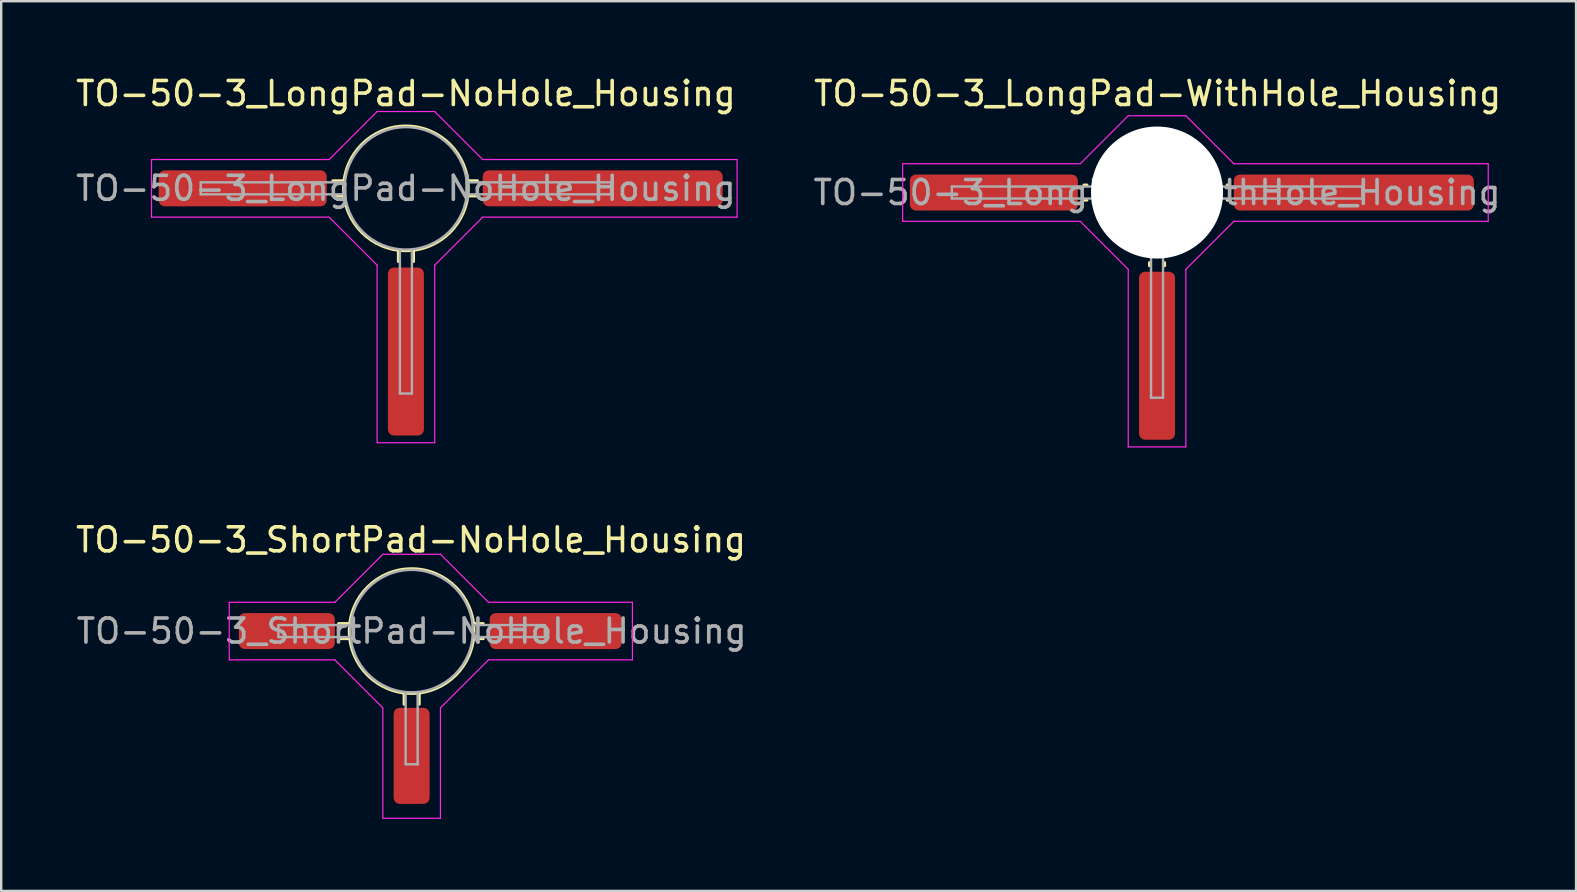
<source format=kicad_pcb>
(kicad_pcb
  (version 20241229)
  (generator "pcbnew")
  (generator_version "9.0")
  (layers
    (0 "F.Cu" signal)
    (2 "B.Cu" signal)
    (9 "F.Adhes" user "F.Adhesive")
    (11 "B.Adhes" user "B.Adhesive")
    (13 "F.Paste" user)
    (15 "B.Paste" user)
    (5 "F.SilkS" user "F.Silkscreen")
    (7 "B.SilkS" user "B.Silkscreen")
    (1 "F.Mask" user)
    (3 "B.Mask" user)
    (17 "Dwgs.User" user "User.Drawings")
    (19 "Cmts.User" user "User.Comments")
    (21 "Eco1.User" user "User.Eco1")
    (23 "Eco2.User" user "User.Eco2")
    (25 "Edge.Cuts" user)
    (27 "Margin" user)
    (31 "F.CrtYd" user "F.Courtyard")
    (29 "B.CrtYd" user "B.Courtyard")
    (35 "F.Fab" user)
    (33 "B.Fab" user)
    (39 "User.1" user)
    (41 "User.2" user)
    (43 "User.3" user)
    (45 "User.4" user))
  (footprint "TO-50-3_ShortPad-NoHole_Housing"
    (layer "F.Cu")
    (at 14.502 25.846)
    (property "Reference" "TO-50-3_ShortPad-NoHole_Housing" (at -0.425 -6.4 0) (layer "F.SilkS") (effects (font (size 1 1) (thickness 0.15))))
    (attr smd)
    (fp_line (start -3.002 -2.917) (end -3.446 -2.917) (stroke (width 0.12) (type solid)) (layer "F.SilkS"))
    (fp_line (start -3.002 -2.283) (end -3.446 -2.283) (stroke (width 0.12) (type solid)) (layer "F.SilkS"))
    (fp_line (start -0.716 0.004) (end -0.716 0.448) (stroke (width 0.12) (type solid)) (layer "F.SilkS"))
    (fp_line (start -0.081 0.004) (end -0.081 0.448) (stroke (width 0.12) (type solid)) (layer "F.SilkS"))
    (fp_line (start 2.204 -2.917) (end 2.584 -2.917) (stroke (width 0.12) (type solid)) (layer "F.SilkS"))
    (fp_line (start 2.204 -2.283) (end 2.584 -2.283) (stroke (width 0.12) (type solid)) (layer "F.SilkS"))
    (fp_circle (center -0.4 -2.6) (end -0.4 -5.2) (stroke (width 0.12) (type solid)) (fill no) (layer "F.SilkS"))
    (fp_line (start -8 -1.4) (end -8 -3.8) (stroke (width 0.05) (type solid)) (layer "F.CrtYd"))
    (fp_line (start -8 -1.4) (end -3.6 -1.4) (stroke (width 0.05) (type solid)) (layer "F.CrtYd"))
    (fp_line (start -3.6 -3.8) (end -8 -3.8) (stroke (width 0.05) (type solid)) (layer "F.CrtYd"))
    (fp_line (start -3.6 -3.8) (end -1.6 -5.8) (stroke (width 0.05) (type solid)) (layer "F.CrtYd"))
    (fp_line (start -1.6 -5.8) (end 0.8 -5.8) (stroke (width 0.05) (type solid)) (layer "F.CrtYd"))
    (fp_line (start -1.6 0.6) (end -3.6 -1.4) (stroke (width 0.05) (type solid)) (layer "F.CrtYd"))
    (fp_line (start -1.6 5.2) (end -1.6 0.6) (stroke (width 0.05) (type solid)) (layer "F.CrtYd"))
    (fp_line (start 0.8 -5.8) (end 2.8 -3.8) (stroke (width 0.05) (type solid)) (layer "F.CrtYd"))
    (fp_line (start 0.8 0.6) (end 0.8 5.2) (stroke (width 0.05) (type solid)) (layer "F.CrtYd"))
    (fp_line (start 0.8 5.2) (end -1.6 5.2) (stroke (width 0.05) (type solid)) (layer "F.CrtYd"))
    (fp_line (start 2.8 -3.8) (end 8.8 -3.8) (stroke (width 0.05) (type solid)) (layer "F.CrtYd"))
    (fp_line (start 2.8 -1.4) (end 0.8 0.6) (stroke (width 0.05) (type solid)) (layer "F.CrtYd"))
    (fp_line (start 8.8 -3.8) (end 8.8 -1.4) (stroke (width 0.05) (type solid)) (layer "F.CrtYd"))
    (fp_line (start 8.8 -1.4) (end 2.8 -1.4) (stroke (width 0.05) (type solid)) (layer "F.CrtYd"))
    (fp_line (start -5.95 -2.85) (end -5.95 -2.35) (stroke (width 0.1) (type solid)) (layer "F.Fab"))
    (fp_line (start -5.95 -2.35) (end -2.95 -2.35) (stroke (width 0.1) (type solid)) (layer "F.Fab"))
    (fp_line (start -2.95 -2.85) (end -5.95 -2.85) (stroke (width 0.1) (type solid)) (layer "F.Fab"))
    (fp_line (start -0.65 -0.05) (end -0.65 2.95) (stroke (width 0.1) (type solid)) (layer "F.Fab"))
    (fp_line (start -0.65 2.95) (end -0.15 2.95) (stroke (width 0.1) (type solid)) (layer "F.Fab"))
    (fp_line (start -0.15 2.95) (end -0.15 -0.05) (stroke (width 0.1) (type solid)) (layer "F.Fab"))
    (fp_line (start 2.15 -2.35) (end 5.15 -2.35) (stroke (width 0.1) (type solid)) (layer "F.Fab"))
    (fp_line (start 5.15 -2.85) (end 2.15 -2.85) (stroke (width 0.1) (type solid)) (layer "F.Fab"))
    (fp_line (start 5.15 -2.35) (end 5.15 -2.85) (stroke (width 0.1) (type solid)) (layer "F.Fab"))
    (fp_circle (center -0.4 -2.6) (end -0.35 -5.15) (stroke (width 0.1) (type solid)) (fill no) (layer "F.Fab"))
    (fp_text user "${REFERENCE}" (at -0.4 -2.6 0) (layer "F.Fab") (effects (font (size 1 1) (thickness 0.15))))
    (pad "1" smd roundrect (at -5.6 -2.6 270) (size 1.5 4) (layers "F.Cu" "F.Mask" "F.Paste") (roundrect_rratio 0.167))
    (pad "2" smd roundrect (at -0.4 2.6 270) (size 4 1.5) (layers "F.Cu" "F.Mask" "F.Paste") (roundrect_rratio 0.167))
    (pad "3" smd roundrect (at 5.6 -2.6 270) (size 1.5 5.5) (layers "F.Cu" "F.Mask" "F.Paste") (roundrect_rratio 0.167)))
  (footprint "TO-50-3_LongPad-WithHole_Housing"
    (layer "F.Cu")
    (at 45.861 8.373)
    (property "Reference" "TO-50-3_LongPad-WithHole_Housing" (at -0.675 -7.525 0) (layer "F.SilkS") (effects (font (size 1 1) (thickness 0.15))))
    (attr smd)
    (fp_line (start -3.621 -3.717) (end -3.747 -3.717) (stroke (width 0.12) (type solid)) (layer "F.SilkS"))
    (fp_line (start -3.621 -3.083) (end -3.747 -3.083) (stroke (width 0.12) (type solid)) (layer "F.SilkS"))
    (fp_line (start -1.018 -0.479) (end -1.016 -0.352) (stroke (width 0.12) (type solid)) (layer "F.SilkS"))
    (fp_line (start -0.383 -0.479) (end -0.381 -0.352) (stroke (width 0.12) (type solid)) (layer "F.SilkS"))
    (fp_line (start 2.221 -3.717) (end 2.284 -3.717) (stroke (width 0.12) (type solid)) (layer "F.SilkS"))
    (fp_line (start 2.221 -3.083) (end 2.284 -3.083) (stroke (width 0.12) (type solid)) (layer "F.SilkS"))
    (fp_line (start -11.3 -4.6) (end -3.9 -4.6) (stroke (width 0.05) (type solid)) (layer "F.CrtYd"))
    (fp_line (start -11.3 -2.2) (end -11.3 -4.6) (stroke (width 0.05) (type solid)) (layer "F.CrtYd"))
    (fp_line (start -3.9 -4.6) (end -1.9 -6.6) (stroke (width 0.05) (type solid)) (layer "F.CrtYd"))
    (fp_line (start -3.9 -2.2) (end -11.3 -2.2) (stroke (width 0.05) (type solid)) (layer "F.CrtYd"))
    (fp_line (start -1.9 -6.6) (end 0.5 -6.6) (stroke (width 0.05) (type solid)) (layer "F.CrtYd"))
    (fp_line (start -1.9 -0.2) (end -3.9 -2.2) (stroke (width 0.05) (type solid)) (layer "F.CrtYd"))
    (fp_line (start -1.9 7.2) (end -1.9 -0.2) (stroke (width 0.05) (type solid)) (layer "F.CrtYd"))
    (fp_line (start 0.5 -6.6) (end 2.5 -4.6) (stroke (width 0.05) (type solid)) (layer "F.CrtYd"))
    (fp_line (start 0.5 -0.2) (end 0.5 7.2) (stroke (width 0.05) (type solid)) (layer "F.CrtYd"))
    (fp_line (start 0.5 7.2) (end -1.9 7.2) (stroke (width 0.05) (type solid)) (layer "F.CrtYd"))
    (fp_line (start 2.5 -4.6) (end 13.1 -4.6) (stroke (width 0.05) (type solid)) (layer "F.CrtYd"))
    (fp_line (start 2.5 -2.2) (end 0.5 -0.2) (stroke (width 0.05) (type solid)) (layer "F.CrtYd"))
    (fp_line (start 13.1 -4.6) (end 13.1 -2.2) (stroke (width 0.05) (type solid)) (layer "F.CrtYd"))
    (fp_line (start 13.1 -2.2) (end 2.5 -2.2) (stroke (width 0.05) (type solid)) (layer "F.CrtYd"))
    (fp_line (start -9.25 -3.65) (end -9.25 -3.15) (stroke (width 0.1) (type solid)) (layer "F.Fab"))
    (fp_line (start -9.25 -3.15) (end -3.25 -3.15) (stroke (width 0.1) (type solid)) (layer "F.Fab"))
    (fp_line (start -3.25 -3.65) (end -9.25 -3.65) (stroke (width 0.1) (type solid)) (layer "F.Fab"))
    (fp_line (start -0.95 -0.85) (end -0.95 5.15) (stroke (width 0.1) (type solid)) (layer "F.Fab"))
    (fp_line (start -0.95 5.15) (end -0.45 5.15) (stroke (width 0.1) (type solid)) (layer "F.Fab"))
    (fp_line (start -0.45 5.15) (end -0.45 -0.85) (stroke (width 0.1) (type solid)) (layer "F.Fab"))
    (fp_line (start 1.85 -3.15) (end 7.85 -3.15) (stroke (width 0.1) (type solid)) (layer "F.Fab"))
    (fp_line (start 7.85 -3.65) (end 1.85 -3.65) (stroke (width 0.1) (type solid)) (layer "F.Fab"))
    (fp_line (start 7.85 -3.15) (end 7.85 -3.65) (stroke (width 0.1) (type solid)) (layer "F.Fab"))
    (fp_circle (center -0.7 -3.4) (end -0.65 -5.95) (stroke (width 0.1) (type solid)) (fill no) (layer "F.Fab"))
    (fp_text user "${REFERENCE}" (at -0.7 -3.4 0) (layer "F.Fab") (effects (font (size 1 1) (thickness 0.15))))
    (pad "" np_thru_hole circle (at -0.7 -3.4 270) (size 5.5 5.5) (drill 5.5) (layers "*.Cu" "*.Mask"))
    (pad "1" smd roundrect (at -7.5 -3.4 270) (size 1.5 7) (layers "F.Cu" "F.Mask" "F.Paste") (roundrect_rratio 0.167))
    (pad "2" smd roundrect (at -0.7 3.4 270) (size 7 1.5) (layers "F.Cu" "F.Mask" "F.Paste") (roundrect_rratio 0.167))
    (pad "3" smd roundrect (at 7.5 -3.4 270) (size 1.5 10) (layers "F.Cu" "F.Mask" "F.Paste") (roundrect_rratio 0.167)))
  (footprint "TO-50-3_LongPad-NoHole_Housing"
    (layer "F.Cu")
    (at 14.563 8.198)
    (property "Reference" "TO-50-3_LongPad-NoHole_Housing" (at -0.7 -7.35 180) (layer "F.SilkS") (effects (font (size 1 1) (thickness 0.15))))
    (attr smd)
    (fp_line (start -3.302 -3.717) (end -3.747 -3.717) (stroke (width 0.12) (type solid)) (layer "F.SilkS"))
    (fp_line (start -3.302 -3.083) (end -3.747 -3.083) (stroke (width 0.12) (type solid)) (layer "F.SilkS"))
    (fp_line (start -1.016 -0.796) (end -1.016 -0.352) (stroke (width 0.12) (type solid)) (layer "F.SilkS"))
    (fp_line (start -0.381 -0.796) (end -0.381 -0.352) (stroke (width 0.12) (type solid)) (layer "F.SilkS"))
    (fp_line (start 1.903 -3.717) (end 2.284 -3.717) (stroke (width 0.12) (type solid)) (layer "F.SilkS"))
    (fp_line (start 1.903 -3.083) (end 2.284 -3.083) (stroke (width 0.12) (type solid)) (layer "F.SilkS"))
    (fp_circle (center -0.7 -3.4) (end -0.7 -6) (stroke (width 0.12) (type solid)) (fill no) (layer "F.SilkS"))
    (fp_line (start -11.3 -4.6) (end -3.9 -4.6) (stroke (width 0.05) (type solid)) (layer "F.CrtYd"))
    (fp_line (start -11.3 -2.2) (end -11.3 -4.6) (stroke (width 0.05) (type solid)) (layer "F.CrtYd"))
    (fp_line (start -3.9 -4.6) (end -1.9 -6.6) (stroke (width 0.05) (type solid)) (layer "F.CrtYd"))
    (fp_line (start -3.9 -2.2) (end -11.3 -2.2) (stroke (width 0.05) (type solid)) (layer "F.CrtYd"))
    (fp_line (start -1.9 -6.6) (end 0.5 -6.6) (stroke (width 0.05) (type solid)) (layer "F.CrtYd"))
    (fp_line (start -1.9 -0.2) (end -3.9 -2.2) (stroke (width 0.05) (type solid)) (layer "F.CrtYd"))
    (fp_line (start -1.9 7.2) (end -1.9 -0.2) (stroke (width 0.05) (type solid)) (layer "F.CrtYd"))
    (fp_line (start 0.5 -6.6) (end 2.5 -4.6) (stroke (width 0.05) (type solid)) (layer "F.CrtYd"))
    (fp_line (start 0.5 -0.2) (end 0.5 7.2) (stroke (width 0.05) (type solid)) (layer "F.CrtYd"))
    (fp_line (start 0.5 7.2) (end -1.9 7.2) (stroke (width 0.05) (type solid)) (layer "F.CrtYd"))
    (fp_line (start 2.5 -4.6) (end 13.1 -4.6) (stroke (width 0.05) (type solid)) (layer "F.CrtYd"))
    (fp_line (start 2.5 -2.2) (end 0.5 -0.2) (stroke (width 0.05) (type solid)) (layer "F.CrtYd"))
    (fp_line (start 13.1 -4.6) (end 13.1 -2.2) (stroke (width 0.05) (type solid)) (layer "F.CrtYd"))
    (fp_line (start 13.1 -2.2) (end 2.5 -2.2) (stroke (width 0.05) (type solid)) (layer "F.CrtYd"))
    (fp_line (start -9.25 -3.65) (end -9.25 -3.15) (stroke (width 0.1) (type solid)) (layer "F.Fab"))
    (fp_line (start -9.25 -3.15) (end -3.25 -3.15) (stroke (width 0.1) (type solid)) (layer "F.Fab"))
    (fp_line (start -3.25 -3.65) (end -9.25 -3.65) (stroke (width 0.1) (type solid)) (layer "F.Fab"))
    (fp_line (start -0.95 -0.85) (end -0.95 5.15) (stroke (width 0.1) (type solid)) (layer "F.Fab"))
    (fp_line (start -0.95 5.15) (end -0.45 5.15) (stroke (width 0.1) (type solid)) (layer "F.Fab"))
    (fp_line (start -0.45 5.15) (end -0.45 -0.85) (stroke (width 0.1) (type solid)) (layer "F.Fab"))
    (fp_line (start 1.85 -3.15) (end 7.85 -3.15) (stroke (width 0.1) (type solid)) (layer "F.Fab"))
    (fp_line (start 7.85 -3.65) (end 1.85 -3.65) (stroke (width 0.1) (type solid)) (layer "F.Fab"))
    (fp_line (start 7.85 -3.15) (end 7.85 -3.65) (stroke (width 0.1) (type solid)) (layer "F.Fab"))
    (fp_circle (center -0.7 -3.4) (end -0.65 -5.95) (stroke (width 0.1) (type solid)) (fill no) (layer "F.Fab"))
    (fp_text user "${REFERENCE}" (at -0.7 -3.4 0) (layer "F.Fab") (effects (font (size 1 1) (thickness 0.15))))
    (pad "1" smd roundrect (at -7.5 -3.4 90) (size 1.5 7) (layers "F.Cu" "F.Mask" "F.Paste") (roundrect_rratio 0.167))
    (pad "2" smd roundrect (at -0.7 3.4 90) (size 7 1.5) (layers "F.Cu" "F.Mask" "F.Paste") (roundrect_rratio 0.167))
    (pad "3" smd roundrect (at 7.5 -3.4 90) (size 1.5 10) (layers "F.Cu" "F.Mask" "F.Paste") (roundrect_rratio 0.167)))
  (gr_rect
    (start -3 -3)
    (end 62.62 34.072)
    (stroke (width 0.1) (type default))
    (fill no)
    (layer "Edge.Cuts")))
</source>
